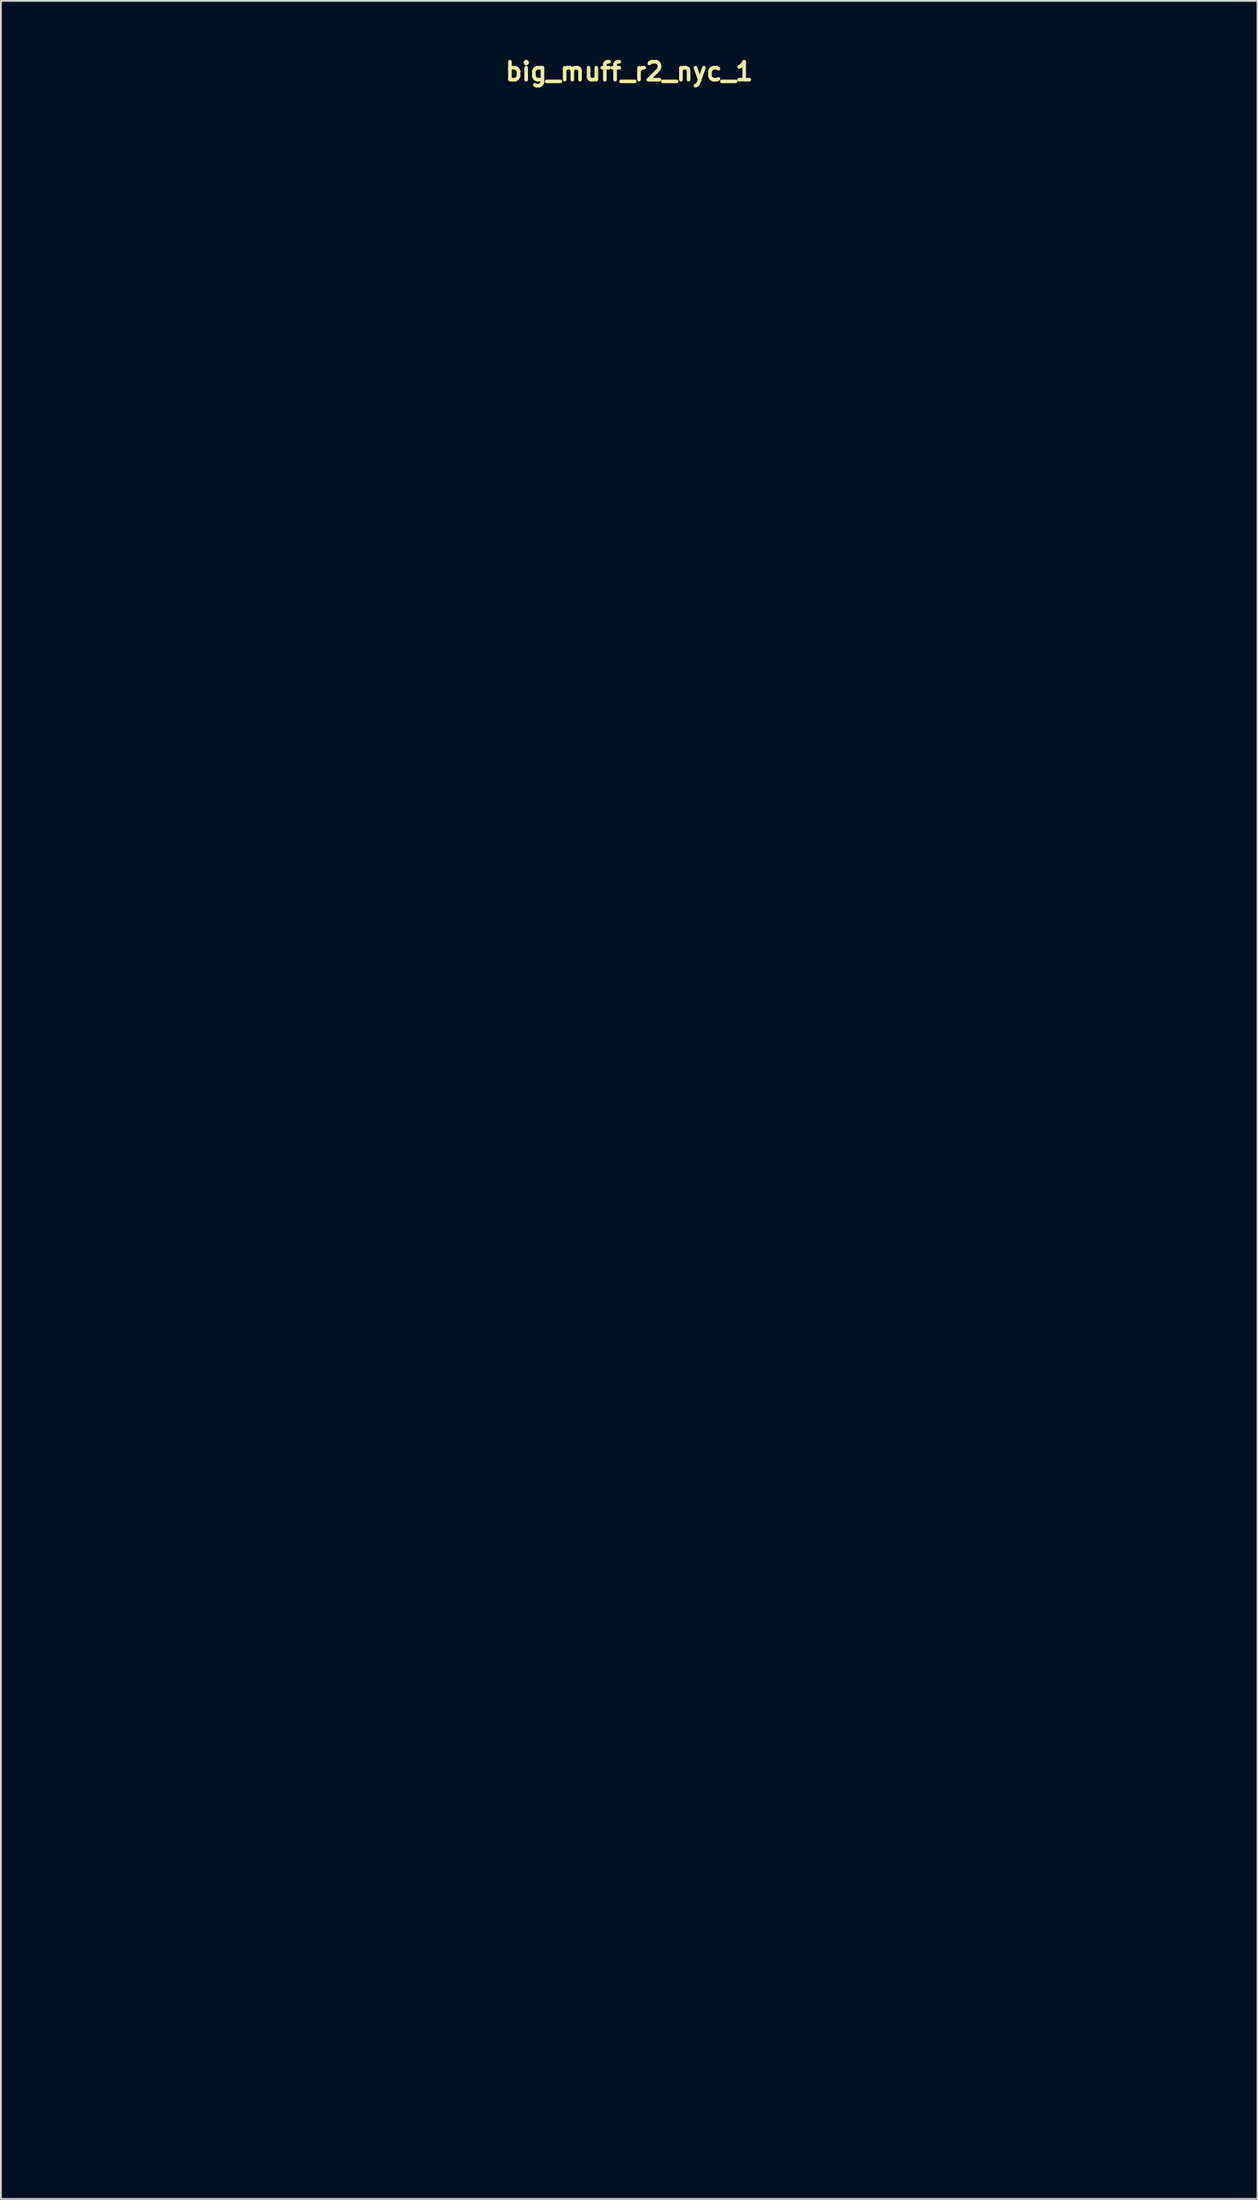
<source format=kicad_pcb>
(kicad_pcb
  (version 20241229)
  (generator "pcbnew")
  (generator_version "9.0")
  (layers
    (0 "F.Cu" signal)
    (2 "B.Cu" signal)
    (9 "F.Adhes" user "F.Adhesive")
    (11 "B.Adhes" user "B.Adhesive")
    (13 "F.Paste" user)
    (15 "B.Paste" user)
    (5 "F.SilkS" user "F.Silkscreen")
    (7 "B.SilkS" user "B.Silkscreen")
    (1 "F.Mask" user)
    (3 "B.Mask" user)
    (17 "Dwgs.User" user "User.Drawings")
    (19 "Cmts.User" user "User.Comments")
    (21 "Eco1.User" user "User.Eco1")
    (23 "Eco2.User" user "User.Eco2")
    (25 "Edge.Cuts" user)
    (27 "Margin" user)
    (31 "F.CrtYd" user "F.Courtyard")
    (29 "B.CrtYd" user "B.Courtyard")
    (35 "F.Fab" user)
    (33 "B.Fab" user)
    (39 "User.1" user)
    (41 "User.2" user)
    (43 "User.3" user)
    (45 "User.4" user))
  (footprint "big_muff_r2_nyc_1"
    (layer "F.Cu")
    (at 32 58.975)
    (property "Reference" "big_muff_r2_nyc_1" (at 0 -58.039 0) (layer "F.SilkS") (effects (font (size 1 1) (thickness 0.2))))
    (attr through_hole)
    (fp_line (start -31.8 -57.25) (end -31.8 57.25) (stroke (width 0.4) (type solid)) (layer "Eco1.User"))
    (fp_line (start -31.8 -57.25) (end 31.8 -57.25) (stroke (width 0.4) (type solid)) (layer "Eco1.User"))
    (fp_line (start -31.8 57.25) (end 31.8 57.25) (stroke (width 0.4) (type solid)) (layer "Eco1.User"))
    (fp_line (start -30.45 -55.75) (end -30.45 55.75) (stroke (width 0.4) (type solid)) (layer "Eco1.User"))
    (fp_line (start -30.45 -55.75) (end 30.45 -55.75) (stroke (width 0.4) (type solid)) (layer "Eco1.User"))
    (fp_line (start -30.45 55.75) (end 30.45 55.75) (stroke (width 0.4) (type solid)) (layer "Eco1.User"))
    (fp_line (start 30.45 -55.75) (end 30.45 55.75) (stroke (width 0.4) (type solid)) (layer "Eco1.User"))
    (fp_line (start 31.8 -57.25) (end 31.8 57.25) (stroke (width 0.4) (type solid)) (layer "Eco1.User"))
    (fp_circle (center -19.05 -40.44) (end -15.35 -40.44) (stroke (width 0.4) (type solid)) (fill no) (layer "Eco1.User"))
    (fp_circle (center -19.05 -40.44) (end -9.55 -40.44) (stroke (width 0.4) (type solid)) (fill no) (layer "Eco1.User"))
    (fp_circle (center 0 -26.67) (end 3.7 -26.67) (stroke (width 0.4) (type solid)) (fill no) (layer "Eco1.User"))
    (fp_circle (center 0 -26.67) (end 9.5 -26.67) (stroke (width 0.4) (type solid)) (fill no) (layer "Eco1.User"))
    (fp_circle (center 0 -7.62) (end 2.65 -7.62) (stroke (width 0.4) (type solid)) (fill no) (layer "Eco1.User"))
    (fp_circle (center 0 19.05) (end 6.5 19.05) (stroke (width 0.4) (type solid)) (fill no) (layer "Eco1.User"))
    (fp_circle (center 0 19.05) (end 9.75 19.05) (stroke (width 0.4) (type solid)) (fill no) (layer "Eco1.User"))
    (fp_circle (center 19.05 -40.44) (end 22.75 -40.44) (stroke (width 0.4) (type solid)) (fill no) (layer "Eco1.User"))
    (fp_circle (center 19.05 -40.44) (end 28.55 -40.44) (stroke (width 0.4) (type solid)) (fill no) (layer "Eco1.User"))
    (fp_line (start -31.8 -57.25) (end -31.8 57.25) (stroke (width 0.4) (type solid)) (layer "Eco2.User"))
    (fp_line (start -31.8 -57.25) (end 31.8 -57.25) (stroke (width 0.4) (type solid)) (layer "Eco2.User"))
    (fp_line (start -31.8 57.25) (end 31.8 57.25) (stroke (width 0.4) (type solid)) (layer "Eco2.User"))
    (fp_line (start 31.8 -57.25) (end 31.8 57.25) (stroke (width 0.4) (type solid)) (layer "Eco2.User"))
    (fp_text user "IN→" (at 28.575 1.27 0) (unlocked yes) (layer "Eco2.User") (effects (font (size 3 3) (thickness 0.5)) (justify right)))
    (fp_text user "↑9V↑" (at 0 -51.435 0) (unlocked yes) (layer "Eco2.User") (effects (font (size 3 3) (thickness 0.5))))
    (fp_text user "-ТТКРЧПДЛ-\nBIG MUFF\nNYC\nREV. 2" (at 0 42.545 0) (unlocked yes) (layer "Eco2.User") (effects (font (size 3 3) (thickness 0.5))))
    (fp_text user "←OUT" (at -28.575 1.27 0) (unlocked yes) (layer "Eco2.User") (effects (font (size 3 3) (thickness 0.5)) (justify left)))
    (fp_text user "SUSTAIN" (at 19.05 -27.305 0) (unlocked yes) (layer "Eco2.User") (effects (font (size 3 3) (thickness 0.5))))
    (fp_text user "VOLUME" (at -19.05 -27.305 0) (unlocked yes) (layer "Eco2.User") (effects (font (size 3 3) (thickness 0.5))))
    (fp_text user "TONE" (at 0 -13.535 0) (unlocked yes) (layer "Eco2.User") (effects (font (size 3 3) (thickness 0.5)))))
  (gr_rect
    (start -3 -3)
    (end 67 119.425)
    (stroke (width 0.1) (type default))
    (fill no)
    (layer "Edge.Cuts")))
</source>
